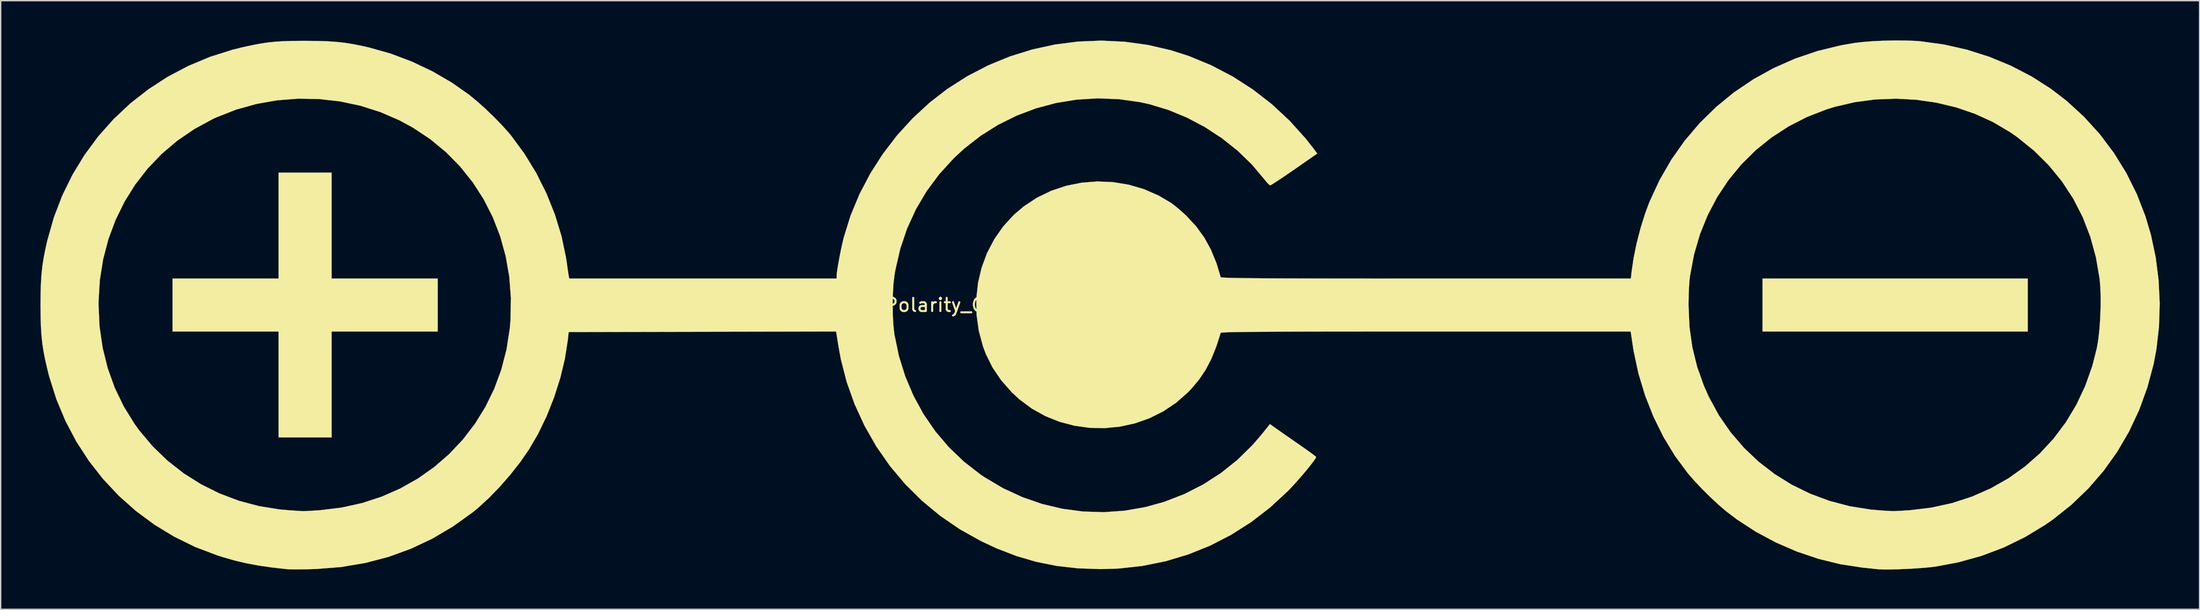
<source format=kicad_pcb>
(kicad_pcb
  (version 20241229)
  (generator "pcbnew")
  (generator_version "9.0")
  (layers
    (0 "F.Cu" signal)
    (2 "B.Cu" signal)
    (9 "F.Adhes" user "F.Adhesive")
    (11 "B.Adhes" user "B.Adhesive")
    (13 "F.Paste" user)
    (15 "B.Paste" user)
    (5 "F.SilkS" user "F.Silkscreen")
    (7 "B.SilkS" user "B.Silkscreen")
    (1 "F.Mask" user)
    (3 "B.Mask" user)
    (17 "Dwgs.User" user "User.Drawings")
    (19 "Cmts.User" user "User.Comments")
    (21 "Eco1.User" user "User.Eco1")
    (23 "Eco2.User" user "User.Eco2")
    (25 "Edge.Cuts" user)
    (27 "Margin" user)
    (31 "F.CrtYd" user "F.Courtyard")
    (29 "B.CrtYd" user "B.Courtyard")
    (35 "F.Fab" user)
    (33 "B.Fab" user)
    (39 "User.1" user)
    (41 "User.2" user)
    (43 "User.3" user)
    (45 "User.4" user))
  (footprint "Polarity_Center_Negative_40mm_SilkScreen"
    (layer "F.Cu")
    (at 79.825 19.976)
    (property "Reference" "Polarity_Center_Negative_40mm_SilkScreen" (at 0 0 0) (layer "F.SilkS") (effects (font (size 1 1) (thickness 0.15))))
    (attr exclude_from_pos_files exclude_from_bom allow_missing_courtyard)
    (fp_poly (pts (xy 69.954 1.999) (xy 49.967 1.999) (xy 49.967 -1.999) (xy 69.954 -1.999) (xy 69.954 1.999)) (stroke (width 0.01) (type solid)) (fill yes) (layer "F.SilkS"))
    (fp_poly (pts (xy -57.879 -1.999) (xy -49.884 -1.999) (xy -49.884 1.999) (xy -57.879 1.999) (xy -57.879 9.993) (xy -61.876 9.993) (xy -61.876 1.999) (xy -69.871 1.999) (xy -69.871 -1.999) (xy -61.876 -1.999) (xy -61.876 -9.993) (xy -57.879 -9.993) (xy -57.879 -1.999)) (stroke (width 0.01) (type solid)) (fill yes) (layer "F.SilkS"))
    (fp_poly (pts (xy 60.765 -19.966) (xy 61.488 -19.938) (xy 61.84 -19.912) (xy 63.617 -19.67) (xy 65.36 -19.277) (xy 67.055 -18.739) (xy 68.687 -18.063) (xy 70.242 -17.254) (xy 71.704 -16.319) (xy 72.869 -15.424) (xy 74.188 -14.215) (xy 75.383 -12.897) (xy 76.449 -11.479) (xy 77.381 -9.969) (xy 78.174 -8.374) (xy 78.822 -6.703) (xy 79.241 -5.288) (xy 79.597 -3.601) (xy 79.817 -1.867) (xy 79.9 -0.116) (xy 79.846 1.623) (xy 79.654 3.32) (xy 79.442 4.446) (xy 78.966 6.226) (xy 78.347 7.929) (xy 77.59 9.548) (xy 76.697 11.078) (xy 75.674 12.513) (xy 74.524 13.845) (xy 73.252 15.07) (xy 71.862 16.18) (xy 71.275 16.589) (xy 69.74 17.522) (xy 68.137 18.304) (xy 66.464 18.937) (xy 64.716 19.422) (xy 63.018 19.742) (xy 62.591 19.794) (xy 62.064 19.842) (xy 61.472 19.885) (xy 60.85 19.919) (xy 60.234 19.945) (xy 59.66 19.96) (xy 59.161 19.963) (xy 58.775 19.951) (xy 58.628 19.94) (xy 58.421 19.917) (xy 58.1 19.882) (xy 57.715 19.841) (xy 57.462 19.815) (xy 55.817 19.563) (xy 54.169 19.156) (xy 52.542 18.605) (xy 50.961 17.919) (xy 49.449 17.108) (xy 48.03 16.182) (xy 47.177 15.53) (xy 46.634 15.063) (xy 46.039 14.508) (xy 45.437 13.911) (xy 44.873 13.316) (xy 44.393 12.769) (xy 44.336 12.7) (xy 43.364 11.386) (xy 42.497 9.956) (xy 41.744 8.429) (xy 41.112 6.825) (xy 40.611 5.163) (xy 40.248 3.463) (xy 40.178 3.019) (xy 40.028 1.999) (xy 24.592 1.999) (xy 22.641 1.999) (xy 20.851 2) (xy 19.215 2.001) (xy 17.728 2.002) (xy 16.384 2.004) (xy 15.175 2.007) (xy 14.098 2.011) (xy 13.144 2.015) (xy 12.309 2.019) (xy 11.587 2.025) (xy 10.97 2.031) (xy 10.454 2.038) (xy 10.032 2.046) (xy 9.699 2.055) (xy 9.447 2.065) (xy 9.272 2.076) (xy 9.167 2.088) (xy 9.126 2.101) (xy 9.126 2.103) (xy 8.79 3.155) (xy 8.418 4.072) (xy 7.995 4.884) (xy 7.504 5.619) (xy 6.927 6.309) (xy 6.666 6.582) (xy 5.77 7.373) (xy 4.794 8.028) (xy 3.752 8.548) (xy 2.66 8.932) (xy 1.533 9.18) (xy 0.387 9.292) (xy -0.765 9.268) (xy -1.905 9.108) (xy -3.02 8.813) (xy -4.094 8.381) (xy -5.111 7.814) (xy -6.057 7.111) (xy -6.606 6.601) (xy -7.414 5.684) (xy -8.069 4.717) (xy -8.578 3.686) (xy -8.786 3.13) (xy -9.108 1.928) (xy -9.275 0.716) (xy -9.284 0.029) (xy 44.388 0.029) (xy 44.458 1.64) (xy 44.673 3.178) (xy 45.036 4.662) (xy 45.551 6.108) (xy 45.928 6.954) (xy 46.679 8.329) (xy 47.558 9.602) (xy 48.555 10.768) (xy 49.661 11.82) (xy 50.869 12.754) (xy 52.169 13.564) (xy 53.553 14.243) (xy 55.011 14.786) (xy 56.535 15.187) (xy 58.116 15.441) (xy 59.045 15.517) (xy 59.345 15.534) (xy 59.607 15.55) (xy 59.711 15.557) (xy 59.869 15.557) (xy 60.156 15.545) (xy 60.533 15.524) (xy 60.962 15.496) (xy 61.058 15.49) (xy 62.692 15.293) (xy 64.261 14.948) (xy 65.757 14.459) (xy 67.173 13.834) (xy 68.503 13.077) (xy 69.739 12.195) (xy 70.876 11.194) (xy 71.905 10.079) (xy 72.821 8.857) (xy 73.616 7.533) (xy 74.284 6.113) (xy 74.818 4.603) (xy 75.163 3.248) (xy 75.268 2.623) (xy 75.352 1.879) (xy 75.411 1.062) (xy 75.444 0.22) (xy 75.449 -0.602) (xy 75.424 -1.358) (xy 75.371 -1.976) (xy 75.092 -3.607) (xy 74.666 -5.162) (xy 74.096 -6.637) (xy 73.384 -8.028) (xy 72.533 -9.331) (xy 71.546 -10.541) (xy 70.425 -11.654) (xy 69.174 -12.667) (xy 68.622 -13.052) (xy 67.348 -13.806) (xy 65.985 -14.43) (xy 64.551 -14.921) (xy 63.062 -15.277) (xy 61.536 -15.497) (xy 59.991 -15.577) (xy 58.442 -15.516) (xy 56.908 -15.311) (xy 55.405 -14.961) (xy 54.797 -14.774) (xy 53.318 -14.197) (xy 51.928 -13.484) (xy 50.634 -12.643) (xy 49.443 -11.681) (xy 48.361 -10.607) (xy 47.394 -9.427) (xy 46.548 -8.149) (xy 45.83 -6.782) (xy 45.245 -5.333) (xy 44.801 -3.811) (xy 44.504 -2.221) (xy 44.475 -2.001) (xy 44.444 -1.659) (xy 44.417 -1.202) (xy 44.398 -0.681) (xy 44.388 -0.15) (xy 44.388 0.029) (xy -9.284 0.029) (xy -9.291 -0.49) (xy -9.161 -1.676) (xy -8.889 -2.828) (xy -8.479 -3.932) (xy -7.935 -4.973) (xy -7.261 -5.937) (xy -6.461 -6.81) (xy -5.721 -7.442) (xy -4.72 -8.103) (xy -3.648 -8.622) (xy -2.521 -9) (xy -1.356 -9.235) (xy -0.169 -9.328) (xy 1.022 -9.277) (xy 2.201 -9.082) (xy 3.351 -8.744) (xy 4.455 -8.261) (xy 5.371 -7.719) (xy 5.646 -7.515) (xy 5.987 -7.235) (xy 6.341 -6.921) (xy 6.558 -6.717) (xy 7.278 -5.938) (xy 7.883 -5.103) (xy 8.388 -4.187) (xy 8.807 -3.163) (xy 9.128 -2.103) (xy 9.161 -2.09) (xy 9.258 -2.078) (xy 9.424 -2.067) (xy 9.666 -2.057) (xy 9.989 -2.047) (xy 10.4 -2.039) (xy 10.904 -2.032) (xy 11.507 -2.026) (xy 12.217 -2.02) (xy 13.037 -2.015) (xy 13.976 -2.011) (xy 15.038 -2.008) (xy 16.23 -2.005) (xy 17.557 -2.002) (xy 19.026 -2.001) (xy 20.643 -2) (xy 22.414 -1.999) (xy 24.344 -1.999) (xy 24.598 -1.999) (xy 40.041 -1.999) (xy 40.098 -2.519) (xy 40.25 -3.564) (xy 40.482 -4.685) (xy 40.776 -5.822) (xy 41.118 -6.916) (xy 41.44 -7.779) (xy 42.197 -9.42) (xy 43.086 -10.964) (xy 44.1 -12.406) (xy 45.233 -13.74) (xy 46.477 -14.96) (xy 47.826 -16.063) (xy 49.273 -17.041) (xy 50.81 -17.891) (xy 52.431 -18.606) (xy 54.129 -19.181) (xy 55.898 -19.611) (xy 56.91 -19.785) (xy 57.548 -19.86) (xy 58.302 -19.916) (xy 59.122 -19.954) (xy 59.96 -19.971) (xy 60.765 -19.966)) (stroke (width 0.01) (type solid)) (fill yes) (layer "F.SilkS"))
    (fp_poly (pts (xy 1.883 -19.876) (xy 3.626 -19.637) (xy 5.346 -19.24) (xy 6.704 -18.806) (xy 8.399 -18.105) (xy 10.017 -17.259) (xy 11.549 -16.273) (xy 12.989 -15.154) (xy 14.327 -13.907) (xy 15.556 -12.538) (xy 16.183 -11.735) (xy 16.405 -11.437) (xy 14.68 -10.236) (xy 14.205 -9.908) (xy 13.772 -9.614) (xy 13.402 -9.368) (xy 13.112 -9.181) (xy 12.923 -9.066) (xy 12.858 -9.036) (xy 12.762 -9.098) (xy 12.604 -9.261) (xy 12.422 -9.485) (xy 11.476 -10.611) (xy 10.4 -11.653) (xy 9.213 -12.597) (xy 7.935 -13.433) (xy 6.588 -14.146) (xy 5.189 -14.726) (xy 3.76 -15.16) (xy 3.031 -15.32) (xy 1.437 -15.542) (xy -0.152 -15.602) (xy -1.727 -15.505) (xy -3.274 -15.254) (xy -4.784 -14.851) (xy -6.244 -14.301) (xy -7.643 -13.607) (xy -8.97 -12.773) (xy -10.214 -11.801) (xy -10.994 -11.076) (xy -12.092 -9.871) (xy -13.043 -8.586) (xy -13.849 -7.22) (xy -14.509 -5.774) (xy -15.024 -4.247) (xy -15.394 -2.639) (xy -15.459 -2.248) (xy -15.535 -1.607) (xy -15.58 -0.856) (xy -15.597 -0.049) (xy -15.584 0.761) (xy -15.542 1.519) (xy -15.471 2.173) (xy -15.461 2.237) (xy -15.127 3.845) (xy -14.647 5.386) (xy -14.025 6.854) (xy -13.267 8.24) (xy -12.379 9.535) (xy -11.364 10.73) (xy -10.23 11.818) (xy -8.981 12.79) (xy -8.661 13.007) (xy -7.272 13.829) (xy -5.825 14.499) (xy -4.332 15.017) (xy -2.805 15.38) (xy -1.253 15.587) (xy 0.311 15.637) (xy 1.877 15.527) (xy 3.433 15.257) (xy 4.867 14.859) (xy 6.375 14.275) (xy 7.805 13.547) (xy 9.147 12.681) (xy 10.393 11.684) (xy 11.533 10.562) (xy 12.219 9.761) (xy 12.838 8.988) (xy 13.227 9.266) (xy 13.419 9.402) (xy 13.719 9.612) (xy 14.097 9.876) (xy 14.524 10.173) (xy 14.969 10.483) (xy 15.384 10.772) (xy 15.747 11.031) (xy 16.038 11.243) (xy 16.236 11.394) (xy 16.321 11.469) (xy 16.323 11.472) (xy 16.269 11.585) (xy 16.122 11.798) (xy 15.9 12.089) (xy 15.622 12.434) (xy 15.306 12.811) (xy 14.971 13.197) (xy 14.637 13.571) (xy 14.321 13.908) (xy 14.203 14.03) (xy 12.853 15.279) (xy 11.419 16.387) (xy 9.908 17.349) (xy 8.326 18.164) (xy 6.68 18.828) (xy 4.975 19.34) (xy 3.219 19.695) (xy 1.417 19.893) (xy 0.083 19.935) (xy -1.614 19.876) (xy -3.22 19.696) (xy -4.764 19.388) (xy -6.275 18.944) (xy -7.784 18.359) (xy -8.931 17.822) (xy -10.511 16.94) (xy -11.996 15.924) (xy -13.378 14.782) (xy -14.649 13.52) (xy -15.803 12.147) (xy -16.83 10.671) (xy -17.724 9.099) (xy -18.473 7.464) (xy -19.062 5.804) (xy -19.499 4.1) (xy -19.672 3.16) (xy -19.859 1.998) (xy -29.937 2.019) (xy -40.015 2.04) (xy -40.078 2.623) (xy -40.296 4.035) (xy -40.644 5.491) (xy -41.107 6.952) (xy -41.672 8.378) (xy -42.324 9.731) (xy -43.011 10.91) (xy -43.658 11.845) (xy -44.399 12.791) (xy -45.2 13.711) (xy -46.029 14.566) (xy -46.851 15.319) (xy -47.243 15.642) (xy -48.735 16.715) (xy -50.292 17.634) (xy -51.914 18.4) (xy -53.599 19.013) (xy -55.348 19.471) (xy -57.16 19.776) (xy -59.036 19.926) (xy -59.419 19.938) (xy -59.928 19.947) (xy -60.402 19.951) (xy -60.807 19.951) (xy -61.108 19.946) (xy -61.251 19.938) (xy -62.381 19.811) (xy -63.385 19.666) (xy -64.307 19.493) (xy -65.188 19.285) (xy -66.069 19.033) (xy -66.498 18.896) (xy -68.157 18.266) (xy -69.735 17.493) (xy -71.225 16.587) (xy -72.621 15.554) (xy -73.916 14.402) (xy -75.102 13.138) (xy -76.172 11.77) (xy -77.121 10.306) (xy -77.94 8.752) (xy -78.623 7.118) (xy -79.163 5.409) (xy -79.273 4.979) (xy -79.445 4.243) (xy -79.578 3.582) (xy -79.677 2.956) (xy -79.746 2.325) (xy -79.79 1.649) (xy -79.813 0.887) (xy -79.82 0) (xy -79.82 -0.042) (xy -75.45 -0.042) (xy -75.373 1.613) (xy -75.142 3.216) (xy -74.76 4.761) (xy -74.23 6.242) (xy -73.552 7.651) (xy -72.73 8.981) (xy -72.379 9.466) (xy -71.372 10.665) (xy -70.252 11.747) (xy -69.03 12.705) (xy -67.718 13.533) (xy -66.327 14.225) (xy -64.868 14.777) (xy -63.352 15.18) (xy -61.789 15.431) (xy -61.168 15.486) (xy -60.779 15.513) (xy -60.438 15.536) (xy -60.189 15.553) (xy -60.086 15.56) (xy -59.944 15.559) (xy -59.672 15.546) (xy -59.306 15.525) (xy -58.881 15.497) (xy -58.758 15.488) (xy -57.139 15.292) (xy -55.584 14.949) (xy -54.1 14.463) (xy -52.694 13.843) (xy -51.373 13.095) (xy -50.145 12.227) (xy -49.014 11.244) (xy -47.99 10.155) (xy -47.078 8.966) (xy -46.286 7.683) (xy -45.621 6.315) (xy -45.089 4.868) (xy -44.697 3.348) (xy -44.453 1.763) (xy -44.399 1.124) (xy -44.368 -0.525) (xy -44.49 -2.133) (xy -44.762 -3.691) (xy -45.177 -5.192) (xy -45.732 -6.626) (xy -46.422 -7.986) (xy -47.243 -9.264) (xy -48.19 -10.45) (xy -49.257 -11.537) (xy -50.442 -12.517) (xy -51.739 -13.382) (xy -52.759 -13.938) (xy -54.208 -14.567) (xy -55.714 -15.046) (xy -57.261 -15.374) (xy -58.834 -15.551) (xy -60.417 -15.578) (xy -61.996 -15.453) (xy -63.554 -15.178) (xy -65.078 -14.752) (xy -66.551 -14.174) (xy -66.854 -14.033) (xy -68.242 -13.277) (xy -69.524 -12.398) (xy -70.695 -11.402) (xy -71.75 -10.299) (xy -72.683 -9.097) (xy -73.49 -7.804) (xy -74.165 -6.427) (xy -74.704 -4.977) (xy -75.101 -3.459) (xy -75.351 -1.884) (xy -75.449 -0.259) (xy -75.45 -0.042) (xy -79.82 -0.042) (xy -79.813 -0.886) (xy -79.79 -1.647) (xy -79.746 -2.323) (xy -79.678 -2.955) (xy -79.58 -3.582) (xy -79.449 -4.247) (xy -79.308 -4.872) (xy -78.817 -6.606) (xy -78.181 -8.266) (xy -77.407 -9.845) (xy -76.5 -11.335) (xy -75.469 -12.731) (xy -74.32 -14.025) (xy -73.06 -15.211) (xy -71.696 -16.281) (xy -70.235 -17.23) (xy -68.683 -18.049) (xy -67.047 -18.734) (xy -65.335 -19.276) (xy -64.541 -19.471) (xy -63.857 -19.619) (xy -63.251 -19.734) (xy -62.685 -19.819) (xy -62.118 -19.878) (xy -61.511 -19.916) (xy -60.826 -19.936) (xy -60.021 -19.943) (xy -59.836 -19.943) (xy -58.944 -19.935) (xy -58.176 -19.909) (xy -57.492 -19.862) (xy -56.849 -19.789) (xy -56.206 -19.684) (xy -55.521 -19.545) (xy -55.052 -19.438) (xy -53.426 -18.978) (xy -51.825 -18.373) (xy -50.278 -17.637) (xy -48.814 -16.785) (xy -47.54 -15.889) (xy -46.934 -15.393) (xy -46.281 -14.808) (xy -45.626 -14.177) (xy -45.011 -13.541) (xy -44.479 -12.943) (xy -44.348 -12.783) (xy -43.347 -11.423) (xy -42.457 -9.962) (xy -41.689 -8.423) (xy -41.052 -6.831) (xy -40.558 -5.208) (xy -40.214 -3.577) (xy -40.141 -3.081) (xy -40.094 -2.732) (xy -40.049 -2.428) (xy -40.016 -2.221) (xy -40.009 -2.186) (xy -39.971 -1.999) (xy -19.82 -1.999) (xy -19.82 -2.196) (xy -19.803 -2.411) (xy -19.755 -2.752) (xy -19.683 -3.18) (xy -19.595 -3.66) (xy -19.497 -4.155) (xy -19.396 -4.626) (xy -19.298 -5.039) (xy -19.279 -5.112) (xy -18.767 -6.757) (xy -18.101 -8.363) (xy -17.289 -9.914) (xy -16.343 -11.397) (xy -15.272 -12.798) (xy -14.085 -14.101) (xy -12.794 -15.293) (xy -11.488 -16.304) (xy -9.981 -17.269) (xy -8.404 -18.089) (xy -6.768 -18.762) (xy -5.086 -19.288) (xy -3.367 -19.664) (xy -1.626 -19.888) (xy 0.128 -19.959) (xy 1.883 -19.876)) (stroke (width 0.01) (type solid)) (fill yes) (layer "F.SilkS")))
  (gr_rect
    (start -3 -3)
    (end 162.73 42.943)
    (stroke (width 0.1) (type default))
    (fill no)
    (layer "Edge.Cuts")))
</source>
